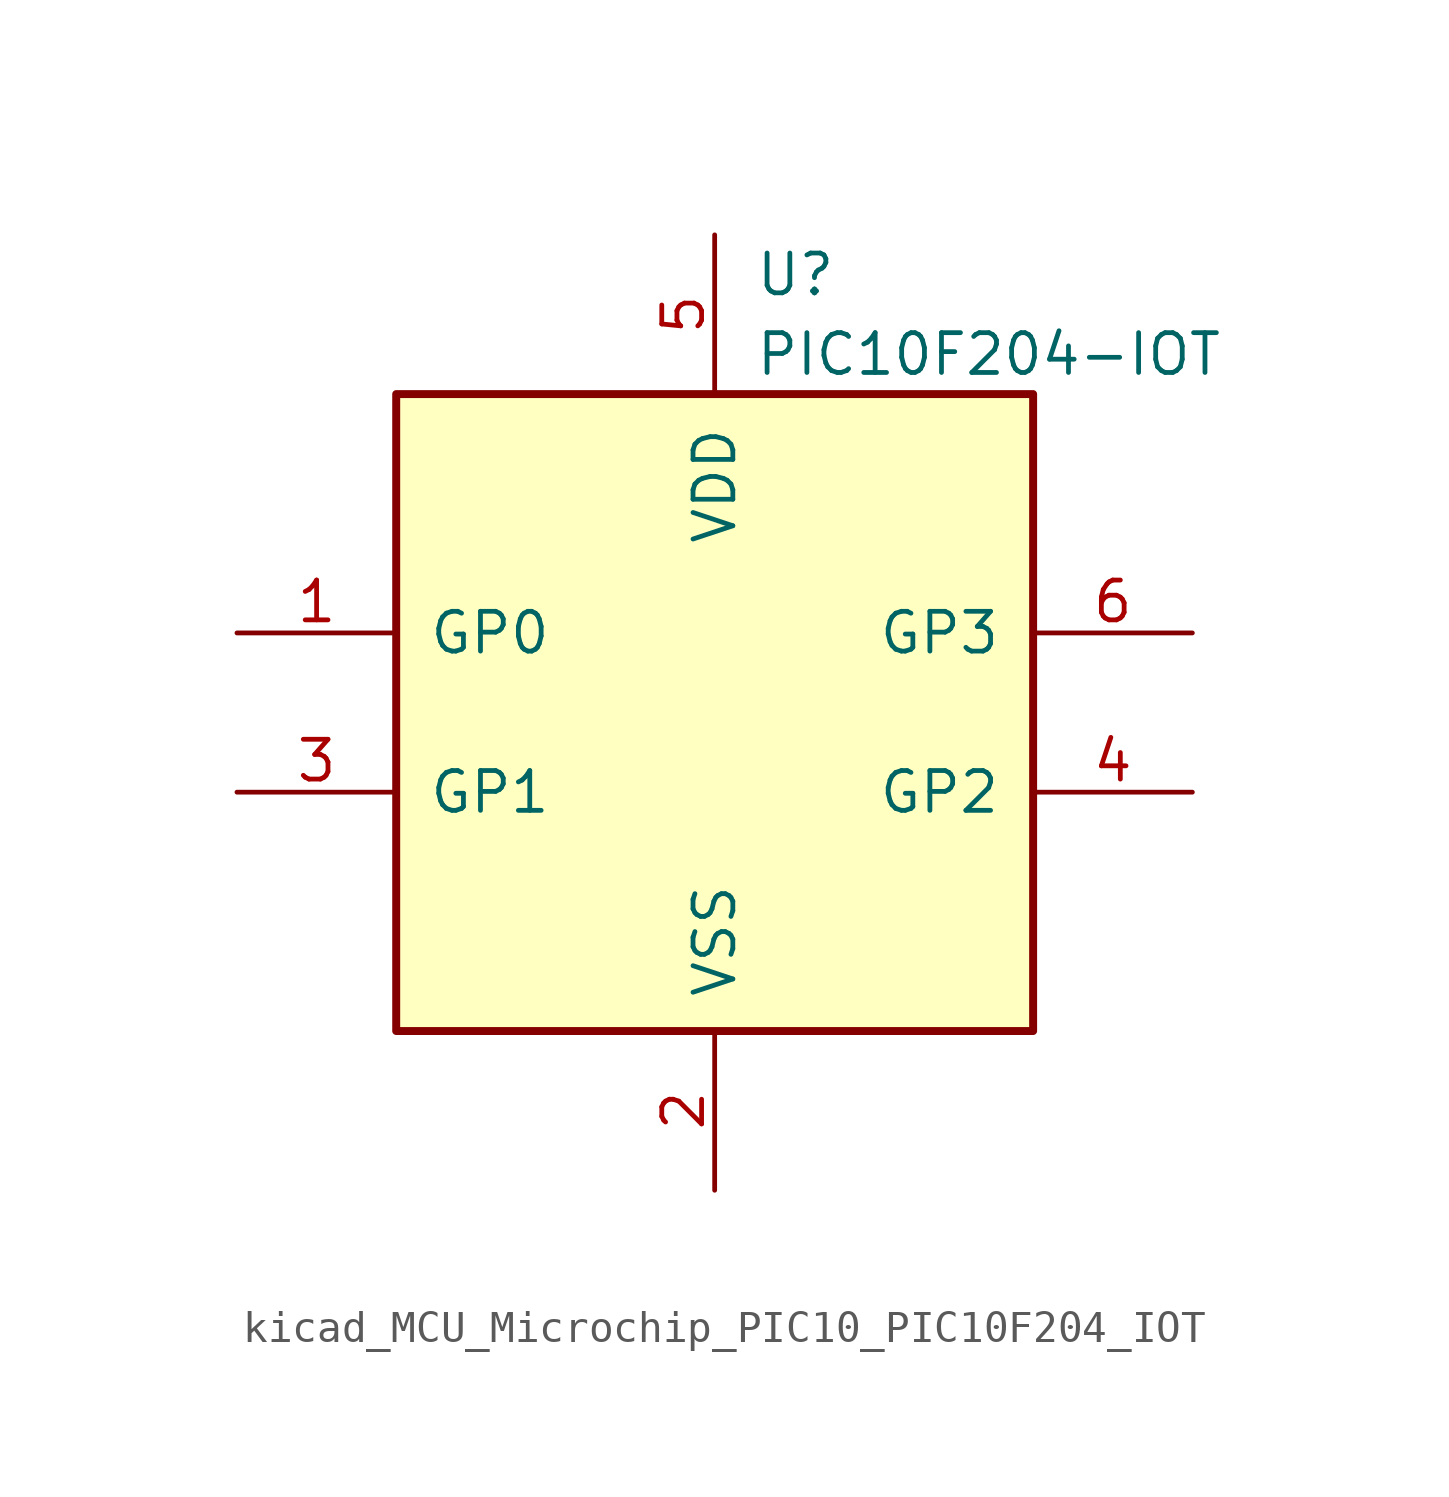
<source format=kicad_sym>
(kicad_symbol_lib
  (version 20220914)
  (generator kicad_symbol_editor)
  (symbol "kicad_MCU_Microchip_PIC10_PIC10F204_IOT"
    (pin_names
      (offset 1.016))
    (property "Reference" "U"
      (at 1.27 13.97 0)
      (effects (font (size 1.27 1.27)) (justify left)))
    (property "Value" "PIC10F204-IOT"
      (at 1.27 11.43 0)
      (effects (font (size 1.27 1.27)) (justify left)))
    (symbol "kicad_MCU_Microchip_PIC10_PIC10F204_IOT_0_1"
      (rectangle (start -10.16 10.16) (end 10.16 -10.16) (stroke (width 0.254) (type default)) (fill (type background))))
    (symbol "kicad_MCU_Microchip_PIC10_PIC10F204_IOT_1_1"
      (pin bidirectional line (at -15.24 2.54 0) (length 5.08) (name "GP0" (effects (font (size 1.27 1.27)))) (number "1" (effects (font (size 1.27 1.27)))))
      (pin power_in line (at 0 -15.24 90) (length 5.08) (name "VSS" (effects (font (size 1.27 1.27)))) (number "2" (effects (font (size 1.27 1.27)))))
      (pin bidirectional line (at -15.24 -2.54 0) (length 5.08) (name "GP1" (effects (font (size 1.27 1.27)))) (number "3" (effects (font (size 1.27 1.27)))))
      (pin bidirectional line (at 15.24 -2.54 180) (length 5.08) (name "GP2" (effects (font (size 1.27 1.27)))) (number "4" (effects (font (size 1.27 1.27)))))
      (pin power_in line (at 0 15.24 270) (length 5.08) (name "VDD" (effects (font (size 1.27 1.27)))) (number "5" (effects (font (size 1.27 1.27)))))
      (pin input line (at 15.24 2.54 180) (length 5.08) (name "GP3" (effects (font (size 1.27 1.27)))) (number "6" (effects (font (size 1.27 1.27))))))))
</source>
